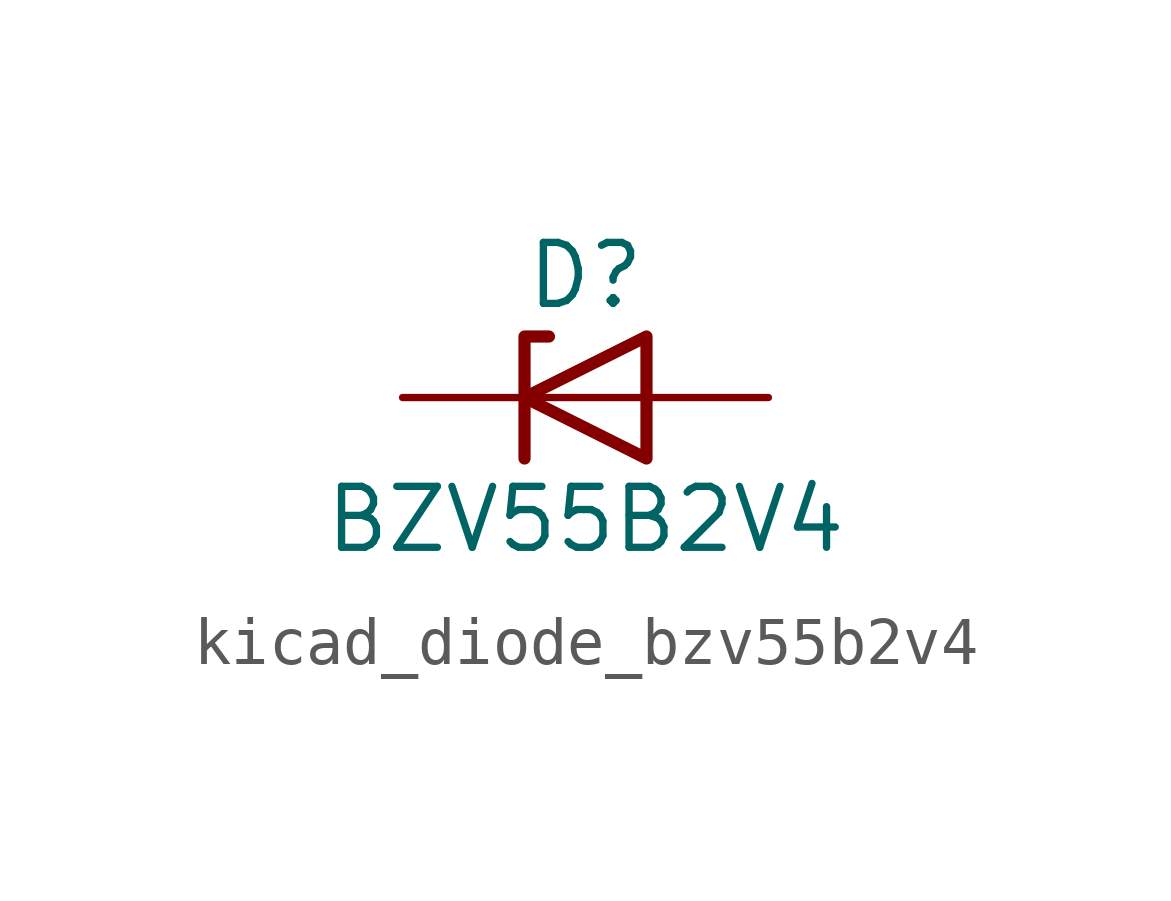
<source format=kicad_sym>
(kicad_symbol_lib
  (version 20220914)
  (generator kicad_symbol_editor)
  (symbol "kicad_diode_bzv55b2v4"
    (pin_numbers hide)
    (pin_names hide)
    (property "Reference" "D"
      (at 0 2.54 0)
      (effects (font (size 1.27 1.27))))
    (property "Value" "BZV55B2V4"
      (at 0 -2.54 0)
      (effects (font (size 1.27 1.27))))
    (symbol "kicad_diode_bzv55b2v4_0_1"
      (polyline (pts (xy 1.27 0) (xy -1.27 0)) (stroke (width 0) (type default)) (fill (type none)))
      (polyline (pts (xy -1.27 -1.27) (xy -1.27 1.27) (xy -0.762 1.27)) (stroke (width 0.254) (type default)) (fill (type none)))
      (polyline (pts (xy 1.27 -1.27) (xy 1.27 1.27) (xy -1.27 0) (xy 1.27 -1.27)) (stroke (width 0.254) (type default)) (fill (type none))))
    (symbol "kicad_diode_bzv55b2v4_1_1"
      (pin passive line (at -3.81 0 0) (length 2.54) (name "K" (effects (font (size 1.27 1.27)))) (number "1" (effects (font (size 1.27 1.27)))))
      (pin passive line (at 3.81 0 180) (length 2.54) (name "A" (effects (font (size 1.27 1.27)))) (number "2" (effects (font (size 1.27 1.27))))))))
</source>
